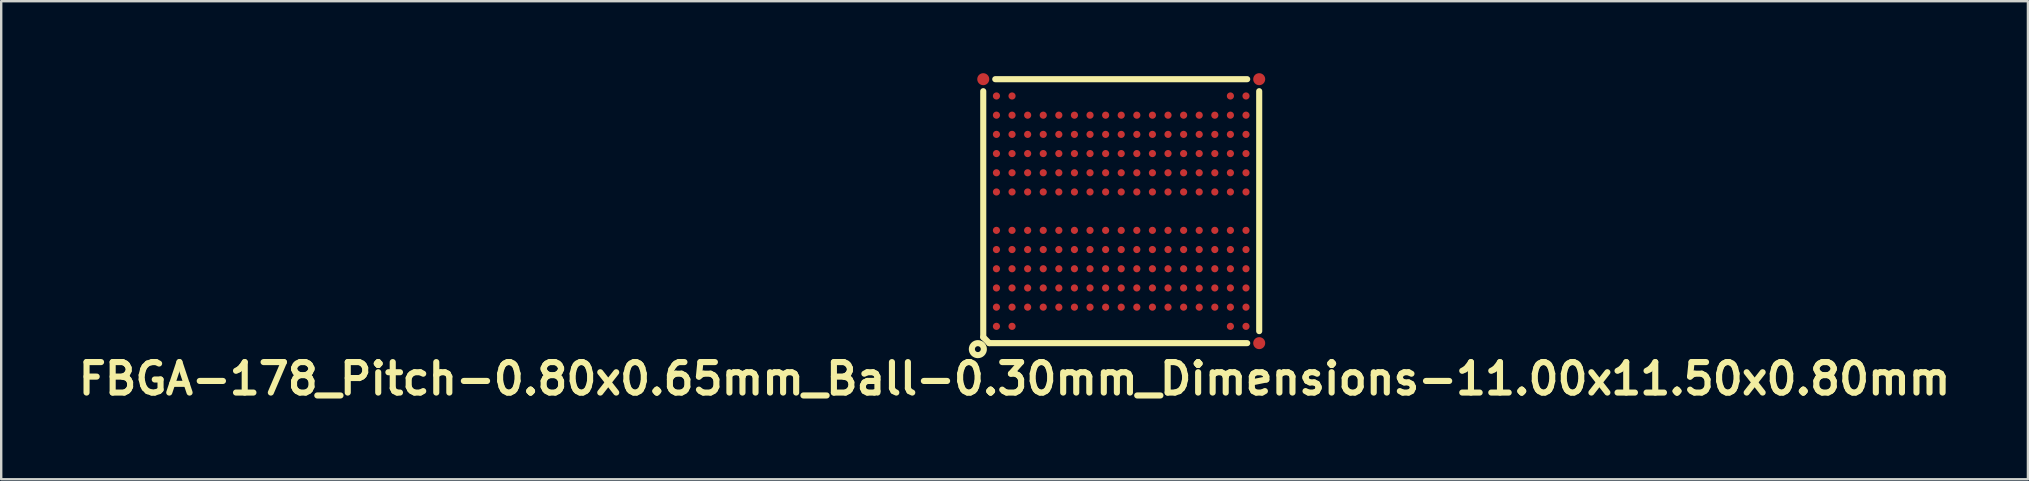
<source format=kicad_pcb>
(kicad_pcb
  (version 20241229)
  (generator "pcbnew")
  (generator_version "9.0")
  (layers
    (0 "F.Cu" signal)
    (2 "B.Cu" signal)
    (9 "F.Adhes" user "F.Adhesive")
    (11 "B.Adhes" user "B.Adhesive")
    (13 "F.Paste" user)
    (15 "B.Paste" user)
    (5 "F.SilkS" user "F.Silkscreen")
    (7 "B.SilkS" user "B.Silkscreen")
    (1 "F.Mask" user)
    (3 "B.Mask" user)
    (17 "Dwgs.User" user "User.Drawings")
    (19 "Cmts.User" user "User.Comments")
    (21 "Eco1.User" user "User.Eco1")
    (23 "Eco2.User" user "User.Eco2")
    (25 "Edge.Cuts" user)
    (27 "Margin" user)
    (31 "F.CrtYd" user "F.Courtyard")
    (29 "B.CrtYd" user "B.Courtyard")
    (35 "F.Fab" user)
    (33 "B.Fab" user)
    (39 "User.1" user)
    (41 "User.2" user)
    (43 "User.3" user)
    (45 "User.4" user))
  (footprint "FBGA-178_Pitch-0.80x0.65mm_Ball-0.30mm_Dimensions-11.00x11.50x0.80mm"
    (layer "F.Cu")
    (at 43.676 5.75)
    (property "Reference" "FBGA-178_Pitch-0.80x0.65mm_Ball-0.30mm_Dimensions-11.00x11.50x0.80mm" (at -4.445 6.985 0) (layer "F.SilkS") (effects (font (size 1.27 1.27) (thickness 0.254))))
    (attr smd)
    (fp_line (start -5.75 5.25) (end -5.75 -5) (stroke (width 0.254) (type solid)) (layer "F.SilkS"))
    (fp_line (start -5.75 5.25) (end -5.5 5.5) (stroke (width 0.254) (type solid)) (layer "F.SilkS"))
    (fp_line (start -5.5 5.5) (end 5.25 5.5) (stroke (width 0.254) (type solid)) (layer "F.SilkS"))
    (fp_line (start -5.25 -5.5) (end 5.25 -5.5) (stroke (width 0.254) (type solid)) (layer "F.SilkS"))
    (fp_line (start 5.75 -5) (end 5.75 5) (stroke (width 0.254) (type solid)) (layer "F.SilkS"))
    (fp_circle (center -5.975 5.75) (end -5.975 6) (stroke (width 0.254) (type solid)) (fill no) (layer "F.SilkS"))
    (pad "" smd rect (at -5.2 -4.8) (size 0.33 0.33) (layers "F.Paste"))
    (pad "" smd rect (at -5.2 -4) (size 0.33 0.33) (layers "F.Paste"))
    (pad "" smd rect (at -5.2 -3.2) (size 0.33 0.33) (layers "F.Paste"))
    (pad "" smd rect (at -5.2 -2.4) (size 0.33 0.33) (layers "F.Paste"))
    (pad "" smd rect (at -5.2 -1.6) (size 0.33 0.33) (layers "F.Paste"))
    (pad "" smd rect (at -5.2 -0.8) (size 0.33 0.33) (layers "F.Paste"))
    (pad "" smd rect (at -5.2 0.8) (size 0.33 0.33) (layers "F.Paste"))
    (pad "" smd rect (at -5.2 1.6) (size 0.33 0.33) (layers "F.Paste"))
    (pad "" smd rect (at -5.2 2.4) (size 0.33 0.33) (layers "F.Paste"))
    (pad "" smd rect (at -5.2 3.2) (size 0.33 0.33) (layers "F.Paste"))
    (pad "" smd rect (at -5.2 4) (size 0.33 0.33) (layers "F.Paste"))
    (pad "" smd rect (at -5.2 4.8) (size 0.33 0.33) (layers "F.Paste"))
    (pad "" smd rect (at -4.55 -4.8) (size 0.33 0.33) (layers "F.Paste"))
    (pad "" smd rect (at -4.55 -4) (size 0.33 0.33) (layers "F.Paste"))
    (pad "" smd rect (at -4.55 -3.2) (size 0.33 0.33) (layers "F.Paste"))
    (pad "" smd rect (at -4.55 -2.4) (size 0.33 0.33) (layers "F.Paste"))
    (pad "" smd rect (at -4.55 -1.6) (size 0.33 0.33) (layers "F.Paste"))
    (pad "" smd rect (at -4.55 -0.8) (size 0.33 0.33) (layers "F.Paste"))
    (pad "" smd rect (at -4.55 0.8) (size 0.33 0.33) (layers "F.Paste"))
    (pad "" smd rect (at -4.55 1.6) (size 0.33 0.33) (layers "F.Paste"))
    (pad "" smd rect (at -4.55 2.4) (size 0.33 0.33) (layers "F.Paste"))
    (pad "" smd rect (at -4.55 3.2) (size 0.33 0.33) (layers "F.Paste"))
    (pad "" smd rect (at -4.55 4) (size 0.33 0.33) (layers "F.Paste"))
    (pad "" smd rect (at -4.55 4.8) (size 0.33 0.33) (layers "F.Paste"))
    (pad "" smd rect (at -3.9 -4) (size 0.33 0.33) (layers "F.Paste"))
    (pad "" smd rect (at -3.9 -3.2) (size 0.33 0.33) (layers "F.Paste"))
    (pad "" smd rect (at -3.9 -2.4) (size 0.33 0.33) (layers "F.Paste"))
    (pad "" smd rect (at -3.9 -1.6) (size 0.33 0.33) (layers "F.Paste"))
    (pad "" smd rect (at -3.9 -0.8) (size 0.33 0.33) (layers "F.Paste"))
    (pad "" smd rect (at -3.9 0.8) (size 0.33 0.33) (layers "F.Paste"))
    (pad "" smd rect (at -3.9 1.6) (size 0.33 0.33) (layers "F.Paste"))
    (pad "" smd rect (at -3.9 2.4) (size 0.33 0.33) (layers "F.Paste"))
    (pad "" smd rect (at -3.9 3.2) (size 0.33 0.33) (layers "F.Paste"))
    (pad "" smd rect (at -3.9 4) (size 0.33 0.33) (layers "F.Paste"))
    (pad "" smd rect (at -3.25 -4) (size 0.33 0.33) (layers "F.Paste"))
    (pad "" smd rect (at -3.25 -3.2) (size 0.33 0.33) (layers "F.Paste"))
    (pad "" smd rect (at -3.25 -2.4) (size 0.33 0.33) (layers "F.Paste"))
    (pad "" smd rect (at -3.25 -1.6) (size 0.33 0.33) (layers "F.Paste"))
    (pad "" smd rect (at -3.25 -0.8) (size 0.33 0.33) (layers "F.Paste"))
    (pad "" smd rect (at -3.25 0.8) (size 0.33 0.33) (layers "F.Paste"))
    (pad "" smd rect (at -3.25 1.6) (size 0.33 0.33) (layers "F.Paste"))
    (pad "" smd rect (at -3.25 2.4) (size 0.33 0.33) (layers "F.Paste"))
    (pad "" smd rect (at -3.25 3.2) (size 0.33 0.33) (layers "F.Paste"))
    (pad "" smd rect (at -3.25 4) (size 0.33 0.33) (layers "F.Paste"))
    (pad "" smd rect (at -2.6 -4) (size 0.33 0.33) (layers "F.Paste"))
    (pad "" smd rect (at -2.6 -3.2) (size 0.33 0.33) (layers "F.Paste"))
    (pad "" smd rect (at -2.6 -2.4) (size 0.33 0.33) (layers "F.Paste"))
    (pad "" smd rect (at -2.6 -1.6) (size 0.33 0.33) (layers "F.Paste"))
    (pad "" smd rect (at -2.6 -0.8) (size 0.33 0.33) (layers "F.Paste"))
    (pad "" smd rect (at -2.6 0.8) (size 0.33 0.33) (layers "F.Paste"))
    (pad "" smd rect (at -2.6 1.6) (size 0.33 0.33) (layers "F.Paste"))
    (pad "" smd rect (at -2.6 2.4) (size 0.33 0.33) (layers "F.Paste"))
    (pad "" smd rect (at -2.6 3.2) (size 0.33 0.33) (layers "F.Paste"))
    (pad "" smd rect (at -2.6 4) (size 0.33 0.33) (layers "F.Paste"))
    (pad "" smd rect (at -1.95 -4) (size 0.33 0.33) (layers "F.Paste"))
    (pad "" smd rect (at -1.95 -3.2) (size 0.33 0.33) (layers "F.Paste"))
    (pad "" smd rect (at -1.95 -2.4) (size 0.33 0.33) (layers "F.Paste"))
    (pad "" smd rect (at -1.95 -1.6) (size 0.33 0.33) (layers "F.Paste"))
    (pad "" smd rect (at -1.95 -0.8) (size 0.33 0.33) (layers "F.Paste"))
    (pad "" smd rect (at -1.95 0.8) (size 0.33 0.33) (layers "F.Paste"))
    (pad "" smd rect (at -1.95 1.6) (size 0.33 0.33) (layers "F.Paste"))
    (pad "" smd rect (at -1.95 2.4) (size 0.33 0.33) (layers "F.Paste"))
    (pad "" smd rect (at -1.95 3.2) (size 0.33 0.33) (layers "F.Paste"))
    (pad "" smd rect (at -1.95 4) (size 0.33 0.33) (layers "F.Paste"))
    (pad "" smd rect (at -1.3 -4) (size 0.33 0.33) (layers "F.Paste"))
    (pad "" smd rect (at -1.3 -3.2) (size 0.33 0.33) (layers "F.Paste"))
    (pad "" smd rect (at -1.3 -2.4) (size 0.33 0.33) (layers "F.Paste"))
    (pad "" smd rect (at -1.3 -1.6) (size 0.33 0.33) (layers "F.Paste"))
    (pad "" smd rect (at -1.3 -0.8) (size 0.33 0.33) (layers "F.Paste"))
    (pad "" smd rect (at -1.3 0.8) (size 0.33 0.33) (layers "F.Paste"))
    (pad "" smd rect (at -1.3 1.6) (size 0.33 0.33) (layers "F.Paste"))
    (pad "" smd rect (at -1.3 2.4) (size 0.33 0.33) (layers "F.Paste"))
    (pad "" smd rect (at -1.3 3.2) (size 0.33 0.33) (layers "F.Paste"))
    (pad "" smd rect (at -1.3 4) (size 0.33 0.33) (layers "F.Paste"))
    (pad "" smd rect (at -0.65 -4) (size 0.33 0.33) (layers "F.Paste"))
    (pad "" smd rect (at -0.65 -3.2) (size 0.33 0.33) (layers "F.Paste"))
    (pad "" smd rect (at -0.65 -2.4) (size 0.33 0.33) (layers "F.Paste"))
    (pad "" smd rect (at -0.65 -1.6) (size 0.33 0.33) (layers "F.Paste"))
    (pad "" smd rect (at -0.65 -0.8) (size 0.33 0.33) (layers "F.Paste"))
    (pad "" smd rect (at -0.65 0.8) (size 0.33 0.33) (layers "F.Paste"))
    (pad "" smd rect (at -0.65 1.6) (size 0.33 0.33) (layers "F.Paste"))
    (pad "" smd rect (at -0.65 2.4) (size 0.33 0.33) (layers "F.Paste"))
    (pad "" smd rect (at -0.65 3.2) (size 0.33 0.33) (layers "F.Paste"))
    (pad "" smd rect (at -0.65 4) (size 0.33 0.33) (layers "F.Paste"))
    (pad "" smd rect (at 0 -4) (size 0.33 0.33) (layers "F.Paste"))
    (pad "" smd rect (at 0 -3.2) (size 0.33 0.33) (layers "F.Paste"))
    (pad "" smd rect (at 0 -2.4) (size 0.33 0.33) (layers "F.Paste"))
    (pad "" smd rect (at 0 -1.6) (size 0.33 0.33) (layers "F.Paste"))
    (pad "" smd rect (at 0 -0.8) (size 0.33 0.33) (layers "F.Paste"))
    (pad "" smd rect (at 0 0.8) (size 0.33 0.33) (layers "F.Paste"))
    (pad "" smd rect (at 0 1.6) (size 0.33 0.33) (layers "F.Paste"))
    (pad "" smd rect (at 0 2.4) (size 0.33 0.33) (layers "F.Paste"))
    (pad "" smd rect (at 0 3.2) (size 0.33 0.33) (layers "F.Paste"))
    (pad "" smd rect (at 0 4) (size 0.33 0.33) (layers "F.Paste"))
    (pad "" smd rect (at 0.65 -4) (size 0.33 0.33) (layers "F.Paste"))
    (pad "" smd rect (at 0.65 -3.2) (size 0.33 0.33) (layers "F.Paste"))
    (pad "" smd rect (at 0.65 -2.4) (size 0.33 0.33) (layers "F.Paste"))
    (pad "" smd rect (at 0.65 -1.6) (size 0.33 0.33) (layers "F.Paste"))
    (pad "" smd rect (at 0.65 -0.8) (size 0.33 0.33) (layers "F.Paste"))
    (pad "" smd rect (at 0.65 0.8) (size 0.33 0.33) (layers "F.Paste"))
    (pad "" smd rect (at 0.65 1.6) (size 0.33 0.33) (layers "F.Paste"))
    (pad "" smd rect (at 0.65 2.4) (size 0.33 0.33) (layers "F.Paste"))
    (pad "" smd rect (at 0.65 3.2) (size 0.33 0.33) (layers "F.Paste"))
    (pad "" smd rect (at 0.65 4) (size 0.33 0.33) (layers "F.Paste"))
    (pad "" smd rect (at 1.3 -4) (size 0.33 0.33) (layers "F.Paste"))
    (pad "" smd rect (at 1.3 -3.2) (size 0.33 0.33) (layers "F.Paste"))
    (pad "" smd rect (at 1.3 -2.4) (size 0.33 0.33) (layers "F.Paste"))
    (pad "" smd rect (at 1.3 -1.6) (size 0.33 0.33) (layers "F.Paste"))
    (pad "" smd rect (at 1.3 -0.8) (size 0.33 0.33) (layers "F.Paste"))
    (pad "" smd rect (at 1.3 0.8) (size 0.33 0.33) (layers "F.Paste"))
    (pad "" smd rect (at 1.3 1.6) (size 0.33 0.33) (layers "F.Paste"))
    (pad "" smd rect (at 1.3 2.4) (size 0.33 0.33) (layers "F.Paste"))
    (pad "" smd rect (at 1.3 3.2) (size 0.33 0.33) (layers "F.Paste"))
    (pad "" smd rect (at 1.3 4) (size 0.33 0.33) (layers "F.Paste"))
    (pad "" smd rect (at 1.95 -4) (size 0.33 0.33) (layers "F.Paste"))
    (pad "" smd rect (at 1.95 -3.2) (size 0.33 0.33) (layers "F.Paste"))
    (pad "" smd rect (at 1.95 -2.4) (size 0.33 0.33) (layers "F.Paste"))
    (pad "" smd rect (at 1.95 -1.6) (size 0.33 0.33) (layers "F.Paste"))
    (pad "" smd rect (at 1.95 -0.8) (size 0.33 0.33) (layers "F.Paste"))
    (pad "" smd rect (at 1.95 0.8) (size 0.33 0.33) (layers "F.Paste"))
    (pad "" smd rect (at 1.95 1.6) (size 0.33 0.33) (layers "F.Paste"))
    (pad "" smd rect (at 1.95 2.4) (size 0.33 0.33) (layers "F.Paste"))
    (pad "" smd rect (at 1.95 3.2) (size 0.33 0.33) (layers "F.Paste"))
    (pad "" smd rect (at 1.95 4) (size 0.33 0.33) (layers "F.Paste"))
    (pad "" smd rect (at 2.6 -4) (size 0.33 0.33) (layers "F.Paste"))
    (pad "" smd rect (at 2.6 -3.2) (size 0.33 0.33) (layers "F.Paste"))
    (pad "" smd rect (at 2.6 -2.4) (size 0.33 0.33) (layers "F.Paste"))
    (pad "" smd rect (at 2.6 -1.6) (size 0.33 0.33) (layers "F.Paste"))
    (pad "" smd rect (at 2.6 -0.8) (size 0.33 0.33) (layers "F.Paste"))
    (pad "" smd rect (at 2.6 0.8) (size 0.33 0.33) (layers "F.Paste"))
    (pad "" smd rect (at 2.6 1.6) (size 0.33 0.33) (layers "F.Paste"))
    (pad "" smd rect (at 2.6 2.4) (size 0.33 0.33) (layers "F.Paste"))
    (pad "" smd rect (at 2.6 3.2) (size 0.33 0.33) (layers "F.Paste"))
    (pad "" smd rect (at 2.6 4) (size 0.33 0.33) (layers "F.Paste"))
    (pad "" smd rect (at 3.25 -4) (size 0.33 0.33) (layers "F.Paste"))
    (pad "" smd rect (at 3.25 -3.2) (size 0.33 0.33) (layers "F.Paste"))
    (pad "" smd rect (at 3.25 -2.4) (size 0.33 0.33) (layers "F.Paste"))
    (pad "" smd rect (at 3.25 -1.6) (size 0.33 0.33) (layers "F.Paste"))
    (pad "" smd rect (at 3.25 -0.8) (size 0.33 0.33) (layers "F.Paste"))
    (pad "" smd rect (at 3.25 0.8) (size 0.33 0.33) (layers "F.Paste"))
    (pad "" smd rect (at 3.25 1.6) (size 0.33 0.33) (layers "F.Paste"))
    (pad "" smd rect (at 3.25 2.4) (size 0.33 0.33) (layers "F.Paste"))
    (pad "" smd rect (at 3.25 3.2) (size 0.33 0.33) (layers "F.Paste"))
    (pad "" smd rect (at 3.25 4) (size 0.33 0.33) (layers "F.Paste"))
    (pad "" smd rect (at 3.9 -4) (size 0.33 0.33) (layers "F.Paste"))
    (pad "" smd rect (at 3.9 -3.2) (size 0.33 0.33) (layers "F.Paste"))
    (pad "" smd rect (at 3.9 -2.4) (size 0.33 0.33) (layers "F.Paste"))
    (pad "" smd rect (at 3.9 -1.6) (size 0.33 0.33) (layers "F.Paste"))
    (pad "" smd rect (at 3.9 -0.8) (size 0.33 0.33) (layers "F.Paste"))
    (pad "" smd rect (at 3.9 0.8) (size 0.33 0.33) (layers "F.Paste"))
    (pad "" smd rect (at 3.9 1.6) (size 0.33 0.33) (layers "F.Paste"))
    (pad "" smd rect (at 3.9 2.4) (size 0.33 0.33) (layers "F.Paste"))
    (pad "" smd rect (at 3.9 3.2) (size 0.33 0.33) (layers "F.Paste"))
    (pad "" smd rect (at 3.9 4) (size 0.33 0.33) (layers "F.Paste"))
    (pad "" smd rect (at 4.55 -4.8) (size 0.33 0.33) (layers "F.Paste"))
    (pad "" smd rect (at 4.55 -4) (size 0.33 0.33) (layers "F.Paste"))
    (pad "" smd rect (at 4.55 -3.2) (size 0.33 0.33) (layers "F.Paste"))
    (pad "" smd rect (at 4.55 -2.4) (size 0.33 0.33) (layers "F.Paste"))
    (pad "" smd rect (at 4.55 -1.6) (size 0.33 0.33) (layers "F.Paste"))
    (pad "" smd rect (at 4.55 -0.8) (size 0.33 0.33) (layers "F.Paste"))
    (pad "" smd rect (at 4.55 0.8) (size 0.33 0.33) (layers "F.Paste"))
    (pad "" smd rect (at 4.55 1.6) (size 0.33 0.33) (layers "F.Paste"))
    (pad "" smd rect (at 4.55 2.4) (size 0.33 0.33) (layers "F.Paste"))
    (pad "" smd rect (at 4.55 3.2) (size 0.33 0.33) (layers "F.Paste"))
    (pad "" smd rect (at 4.55 4) (size 0.33 0.33) (layers "F.Paste"))
    (pad "" smd rect (at 4.55 4.8) (size 0.33 0.33) (layers "F.Paste"))
    (pad "" smd rect (at 5.2 -4.8) (size 0.33 0.33) (layers "F.Paste"))
    (pad "" smd rect (at 5.2 -4) (size 0.33 0.33) (layers "F.Paste"))
    (pad "" smd rect (at 5.2 -3.2) (size 0.33 0.33) (layers "F.Paste"))
    (pad "" smd rect (at 5.2 -2.4) (size 0.33 0.33) (layers "F.Paste"))
    (pad "" smd rect (at 5.2 -1.6) (size 0.33 0.33) (layers "F.Paste"))
    (pad "" smd rect (at 5.2 -0.8) (size 0.33 0.33) (layers "F.Paste"))
    (pad "" smd rect (at 5.2 0.8) (size 0.33 0.33) (layers "F.Paste"))
    (pad "" smd rect (at 5.2 1.6) (size 0.33 0.33) (layers "F.Paste"))
    (pad "" smd rect (at 5.2 2.4) (size 0.33 0.33) (layers "F.Paste"))
    (pad "" smd rect (at 5.2 3.2) (size 0.33 0.33) (layers "F.Paste"))
    (pad "" smd rect (at 5.2 4) (size 0.33 0.33) (layers "F.Paste"))
    (pad "" smd rect (at 5.2 4.8) (size 0.33 0.33) (layers "F.Paste"))
    (pad "A1" smd circle (at -5.2 4.8 90) (size 0.3 0.3) (layers "F.Cu" "F.Mask"))
    (pad "A2" smd circle (at -5.2 4 90) (size 0.3 0.3) (layers "F.Cu" "F.Mask"))
    (pad "A3" smd circle (at -5.2 3.2 90) (size 0.3 0.3) (layers "F.Cu" "F.Mask"))
    (pad "A4" smd circle (at -5.2 2.4 90) (size 0.3 0.3) (layers "F.Cu" "F.Mask"))
    (pad "A5" smd circle (at -5.2 1.6 90) (size 0.3 0.3) (layers "F.Cu" "F.Mask"))
    (pad "A6" smd circle (at -5.2 0.8 90) (size 0.3 0.3) (layers "F.Cu" "F.Mask"))
    (pad "A8" smd circle (at -5.2 -0.8 90) (size 0.3 0.3) (layers "F.Cu" "F.Mask"))
    (pad "A9" smd circle (at -5.2 -1.6 90) (size 0.3 0.3) (layers "F.Cu" "F.Mask"))
    (pad "A10" smd circle (at -5.2 -2.4 90) (size 0.3 0.3) (layers "F.Cu" "F.Mask"))
    (pad "A11" smd circle (at -5.2 -3.2 90) (size 0.3 0.3) (layers "F.Cu" "F.Mask"))
    (pad "A12" smd circle (at -5.2 -4 90) (size 0.3 0.3) (layers "F.Cu" "F.Mask"))
    (pad "A13" smd circle (at -5.2 -4.8 90) (size 0.3 0.3) (layers "F.Cu" "F.Mask"))
    (pad "B1" smd circle (at -4.55 4.8 90) (size 0.3 0.3) (layers "F.Cu" "F.Mask"))
    (pad "B2" smd circle (at -4.55 4 90) (size 0.3 0.3) (layers "F.Cu" "F.Mask"))
    (pad "B3" smd circle (at -4.55 3.2 90) (size 0.3 0.3) (layers "F.Cu" "F.Mask"))
    (pad "B4" smd circle (at -4.55 2.4 90) (size 0.3 0.3) (layers "F.Cu" "F.Mask"))
    (pad "B5" smd circle (at -4.55 1.6 90) (size 0.3 0.3) (layers "F.Cu" "F.Mask"))
    (pad "B6" smd circle (at -4.55 0.8 90) (size 0.3 0.3) (layers "F.Cu" "F.Mask"))
    (pad "B8" smd circle (at -4.55 -0.8 90) (size 0.3 0.3) (layers "F.Cu" "F.Mask"))
    (pad "B9" smd circle (at -4.55 -1.6 90) (size 0.3 0.3) (layers "F.Cu" "F.Mask"))
    (pad "B10" smd circle (at -4.55 -2.4 90) (size 0.3 0.3) (layers "F.Cu" "F.Mask"))
    (pad "B11" smd circle (at -4.55 -3.2 90) (size 0.3 0.3) (layers "F.Cu" "F.Mask"))
    (pad "B12" smd circle (at -4.55 -4 90) (size 0.3 0.3) (layers "F.Cu" "F.Mask"))
    (pad "B13" smd circle (at -4.55 -4.8 90) (size 0.3 0.3) (layers "F.Cu" "F.Mask"))
    (pad "C2" smd circle (at -3.9 4 90) (size 0.3 0.3) (layers "F.Cu" "F.Mask"))
    (pad "C3" smd circle (at -3.9 3.2 90) (size 0.3 0.3) (layers "F.Cu" "F.Mask"))
    (pad "C4" smd circle (at -3.9 2.4 90) (size 0.3 0.3) (layers "F.Cu" "F.Mask"))
    (pad "C5" smd circle (at -3.9 1.6 90) (size 0.3 0.3) (layers "F.Cu" "F.Mask"))
    (pad "C6" smd circle (at -3.9 0.8 90) (size 0.3 0.3) (layers "F.Cu" "F.Mask"))
    (pad "C8" smd circle (at -3.9 -0.8 90) (size 0.3 0.3) (layers "F.Cu" "F.Mask"))
    (pad "C9" smd circle (at -3.9 -1.6 90) (size 0.3 0.3) (layers "F.Cu" "F.Mask"))
    (pad "C10" smd circle (at -3.9 -2.4 90) (size 0.3 0.3) (layers "F.Cu" "F.Mask"))
    (pad "C11" smd circle (at -3.9 -3.2 90) (size 0.3 0.3) (layers "F.Cu" "F.Mask"))
    (pad "C12" smd circle (at -3.9 -4 90) (size 0.3 0.3) (layers "F.Cu" "F.Mask"))
    (pad "D2" smd circle (at -3.25 4 90) (size 0.3 0.3) (layers "F.Cu" "F.Mask"))
    (pad "D3" smd circle (at -3.25 3.2 90) (size 0.3 0.3) (layers "F.Cu" "F.Mask"))
    (pad "D4" smd circle (at -3.25 2.4 90) (size 0.3 0.3) (layers "F.Cu" "F.Mask"))
    (pad "D5" smd circle (at -3.25 1.6 90) (size 0.3 0.3) (layers "F.Cu" "F.Mask"))
    (pad "D6" smd circle (at -3.25 0.8 90) (size 0.3 0.3) (layers "F.Cu" "F.Mask"))
    (pad "D8" smd circle (at -3.25 -0.8 90) (size 0.3 0.3) (layers "F.Cu" "F.Mask"))
    (pad "D9" smd circle (at -3.25 -1.6 90) (size 0.3 0.3) (layers "F.Cu" "F.Mask"))
    (pad "D10" smd circle (at -3.25 -2.4 90) (size 0.3 0.3) (layers "F.Cu" "F.Mask"))
    (pad "D11" smd circle (at -3.25 -3.2 90) (size 0.3 0.3) (layers "F.Cu" "F.Mask"))
    (pad "D12" smd circle (at -3.25 -4 90) (size 0.3 0.3) (layers "F.Cu" "F.Mask"))
    (pad "E2" smd circle (at -2.6 4 90) (size 0.3 0.3) (layers "F.Cu" "F.Mask"))
    (pad "E3" smd circle (at -2.6 3.2 90) (size 0.3 0.3) (layers "F.Cu" "F.Mask"))
    (pad "E4" smd circle (at -2.6 2.4 90) (size 0.3 0.3) (layers "F.Cu" "F.Mask"))
    (pad "E5" smd circle (at -2.6 1.6 90) (size 0.3 0.3) (layers "F.Cu" "F.Mask"))
    (pad "E6" smd circle (at -2.6 0.8 90) (size 0.3 0.3) (layers "F.Cu" "F.Mask"))
    (pad "E8" smd circle (at -2.6 -0.8 90) (size 0.3 0.3) (layers "F.Cu" "F.Mask"))
    (pad "E9" smd circle (at -2.6 -1.6 90) (size 0.3 0.3) (layers "F.Cu" "F.Mask"))
    (pad "E10" smd circle (at -2.6 -2.4 90) (size 0.3 0.3) (layers "F.Cu" "F.Mask"))
    (pad "E11" smd circle (at -2.6 -3.2 90) (size 0.3 0.3) (layers "F.Cu" "F.Mask"))
    (pad "E12" smd circle (at -2.6 -4 90) (size 0.3 0.3) (layers "F.Cu" "F.Mask"))
    (pad "F2" smd circle (at -1.95 4 90) (size 0.3 0.3) (layers "F.Cu" "F.Mask"))
    (pad "F3" smd circle (at -1.95 3.2 90) (size 0.3 0.3) (layers "F.Cu" "F.Mask"))
    (pad "F4" smd circle (at -1.95 2.4 90) (size 0.3 0.3) (layers "F.Cu" "F.Mask"))
    (pad "F5" smd circle (at -1.95 1.6 90) (size 0.3 0.3) (layers "F.Cu" "F.Mask"))
    (pad "F6" smd circle (at -1.95 0.8 90) (size 0.3 0.3) (layers "F.Cu" "F.Mask"))
    (pad "F8" smd circle (at -1.95 -0.8 90) (size 0.3 0.3) (layers "F.Cu" "F.Mask"))
    (pad "F9" smd circle (at -1.95 -1.6 90) (size 0.3 0.3) (layers "F.Cu" "F.Mask"))
    (pad "F10" smd circle (at -1.95 -2.4 90) (size 0.3 0.3) (layers "F.Cu" "F.Mask"))
    (pad "F11" smd circle (at -1.95 -3.2 90) (size 0.3 0.3) (layers "F.Cu" "F.Mask"))
    (pad "F12" smd circle (at -1.95 -4 90) (size 0.3 0.3) (layers "F.Cu" "F.Mask"))
    (pad "FID1" smd circle (at -5.75 -5.5 90) (size 0.5 0.5) (layers "F.Cu" "F.Mask"))
    (pad "FID2" smd circle (at 5.75 -5.5 90) (size 0.5 0.5) (layers "F.Cu" "F.Mask"))
    (pad "FID3" smd circle (at 5.75 5.5 90) (size 0.5 0.5) (layers "F.Cu" "F.Mask"))
    (pad "G2" smd circle (at -1.3 4 90) (size 0.3 0.3) (layers "F.Cu" "F.Mask"))
    (pad "G3" smd circle (at -1.3 3.2 90) (size 0.3 0.3) (layers "F.Cu" "F.Mask"))
    (pad "G4" smd circle (at -1.3 2.4 90) (size 0.3 0.3) (layers "F.Cu" "F.Mask"))
    (pad "G5" smd circle (at -1.3 1.6 90) (size 0.3 0.3) (layers "F.Cu" "F.Mask"))
    (pad "G6" smd circle (at -1.3 0.8 90) (size 0.3 0.3) (layers "F.Cu" "F.Mask"))
    (pad "G8" smd circle (at -1.3 -0.8 90) (size 0.3 0.3) (layers "F.Cu" "F.Mask"))
    (pad "G9" smd circle (at -1.3 -1.6 90) (size 0.3 0.3) (layers "F.Cu" "F.Mask"))
    (pad "G10" smd circle (at -1.3 -2.4 90) (size 0.3 0.3) (layers "F.Cu" "F.Mask"))
    (pad "G11" smd circle (at -1.3 -3.2 90) (size 0.3 0.3) (layers "F.Cu" "F.Mask"))
    (pad "G12" smd circle (at -1.3 -4 90) (size 0.3 0.3) (layers "F.Cu" "F.Mask"))
    (pad "H2" smd circle (at -0.65 4 90) (size 0.3 0.3) (layers "F.Cu" "F.Mask"))
    (pad "H3" smd circle (at -0.65 3.2 90) (size 0.3 0.3) (layers "F.Cu" "F.Mask"))
    (pad "H4" smd circle (at -0.65 2.4 90) (size 0.3 0.3) (layers "F.Cu" "F.Mask"))
    (pad "H5" smd circle (at -0.65 1.6 90) (size 0.3 0.3) (layers "F.Cu" "F.Mask"))
    (pad "H6" smd circle (at -0.65 0.8 90) (size 0.3 0.3) (layers "F.Cu" "F.Mask"))
    (pad "H8" smd circle (at -0.65 -0.8 90) (size 0.3 0.3) (layers "F.Cu" "F.Mask"))
    (pad "H9" smd circle (at -0.65 -1.6 90) (size 0.3 0.3) (layers "F.Cu" "F.Mask"))
    (pad "H10" smd circle (at -0.65 -2.4 90) (size 0.3 0.3) (layers "F.Cu" "F.Mask"))
    (pad "H11" smd circle (at -0.65 -3.2 90) (size 0.3 0.3) (layers "F.Cu" "F.Mask"))
    (pad "H12" smd circle (at -0.65 -4 90) (size 0.3 0.3) (layers "F.Cu" "F.Mask"))
    (pad "J2" smd circle (at 0 4 90) (size 0.3 0.3) (layers "F.Cu" "F.Mask"))
    (pad "J3" smd circle (at 0 3.2 90) (size 0.3 0.3) (layers "F.Cu" "F.Mask"))
    (pad "J4" smd circle (at 0 2.4 90) (size 0.3 0.3) (layers "F.Cu" "F.Mask"))
    (pad "J5" smd circle (at 0 1.6 90) (size 0.3 0.3) (layers "F.Cu" "F.Mask"))
    (pad "J6" smd circle (at 0 0.8 90) (size 0.3 0.3) (layers "F.Cu" "F.Mask"))
    (pad "J8" smd circle (at 0 -0.8 90) (size 0.3 0.3) (layers "F.Cu" "F.Mask"))
    (pad "J9" smd circle (at 0 -1.6 90) (size 0.3 0.3) (layers "F.Cu" "F.Mask"))
    (pad "J10" smd circle (at 0 -2.4 90) (size 0.3 0.3) (layers "F.Cu" "F.Mask"))
    (pad "J11" smd circle (at 0 -3.2 90) (size 0.3 0.3) (layers "F.Cu" "F.Mask"))
    (pad "J12" smd circle (at 0 -4 90) (size 0.3 0.3) (layers "F.Cu" "F.Mask"))
    (pad "K2" smd circle (at 0.65 4 90) (size 0.3 0.3) (layers "F.Cu" "F.Mask"))
    (pad "K3" smd circle (at 0.65 3.2 90) (size 0.3 0.3) (layers "F.Cu" "F.Mask"))
    (pad "K4" smd circle (at 0.65 2.4 90) (size 0.3 0.3) (layers "F.Cu" "F.Mask"))
    (pad "K5" smd circle (at 0.65 1.6 90) (size 0.3 0.3) (layers "F.Cu" "F.Mask"))
    (pad "K6" smd circle (at 0.65 0.8 90) (size 0.3 0.3) (layers "F.Cu" "F.Mask"))
    (pad "K8" smd circle (at 0.65 -0.8 90) (size 0.3 0.3) (layers "F.Cu" "F.Mask"))
    (pad "K9" smd circle (at 0.65 -1.6 90) (size 0.3 0.3) (layers "F.Cu" "F.Mask"))
    (pad "K10" smd circle (at 0.65 -2.4 90) (size 0.3 0.3) (layers "F.Cu" "F.Mask"))
    (pad "K11" smd circle (at 0.65 -3.2 90) (size 0.3 0.3) (layers "F.Cu" "F.Mask"))
    (pad "K12" smd circle (at 0.65 -4 90) (size 0.3 0.3) (layers "F.Cu" "F.Mask"))
    (pad "L2" smd circle (at 1.3 4 90) (size 0.3 0.3) (layers "F.Cu" "F.Mask"))
    (pad "L3" smd circle (at 1.3 3.2 90) (size 0.3 0.3) (layers "F.Cu" "F.Mask"))
    (pad "L4" smd circle (at 1.3 2.4 90) (size 0.3 0.3) (layers "F.Cu" "F.Mask"))
    (pad "L5" smd circle (at 1.3 1.6 90) (size 0.3 0.3) (layers "F.Cu" "F.Mask"))
    (pad "L6" smd circle (at 1.3 0.8 90) (size 0.3 0.3) (layers "F.Cu" "F.Mask"))
    (pad "L8" smd circle (at 1.3 -0.8 90) (size 0.3 0.3) (layers "F.Cu" "F.Mask"))
    (pad "L9" smd circle (at 1.3 -1.6 90) (size 0.3 0.3) (layers "F.Cu" "F.Mask"))
    (pad "L10" smd circle (at 1.3 -2.4 90) (size 0.3 0.3) (layers "F.Cu" "F.Mask"))
    (pad "L11" smd circle (at 1.3 -3.2 90) (size 0.3 0.3) (layers "F.Cu" "F.Mask"))
    (pad "L12" smd circle (at 1.3 -4 90) (size 0.3 0.3) (layers "F.Cu" "F.Mask"))
    (pad "M2" smd circle (at 1.95 4 90) (size 0.3 0.3) (layers "F.Cu" "F.Mask"))
    (pad "M3" smd circle (at 1.95 3.2 90) (size 0.3 0.3) (layers "F.Cu" "F.Mask"))
    (pad "M4" smd circle (at 1.95 2.4 90) (size 0.3 0.3) (layers "F.Cu" "F.Mask"))
    (pad "M5" smd circle (at 1.95 1.6 90) (size 0.3 0.3) (layers "F.Cu" "F.Mask"))
    (pad "M6" smd circle (at 1.95 0.8 90) (size 0.3 0.3) (layers "F.Cu" "F.Mask"))
    (pad "M8" smd circle (at 1.95 -0.8 90) (size 0.3 0.3) (layers "F.Cu" "F.Mask"))
    (pad "M9" smd circle (at 1.95 -1.6 90) (size 0.3 0.3) (layers "F.Cu" "F.Mask"))
    (pad "M10" smd circle (at 1.95 -2.4 90) (size 0.3 0.3) (layers "F.Cu" "F.Mask"))
    (pad "M11" smd circle (at 1.95 -3.2 90) (size 0.3 0.3) (layers "F.Cu" "F.Mask"))
    (pad "M12" smd circle (at 1.95 -4 90) (size 0.3 0.3) (layers "F.Cu" "F.Mask"))
    (pad "N2" smd circle (at 2.6 4 90) (size 0.3 0.3) (layers "F.Cu" "F.Mask"))
    (pad "N3" smd circle (at 2.6 3.2 90) (size 0.3 0.3) (layers "F.Cu" "F.Mask"))
    (pad "N4" smd circle (at 2.6 2.4 90) (size 0.3 0.3) (layers "F.Cu" "F.Mask"))
    (pad "N5" smd circle (at 2.6 1.6 90) (size 0.3 0.3) (layers "F.Cu" "F.Mask"))
    (pad "N6" smd circle (at 2.6 0.8 90) (size 0.3 0.3) (layers "F.Cu" "F.Mask"))
    (pad "N8" smd circle (at 2.6 -0.8 90) (size 0.3 0.3) (layers "F.Cu" "F.Mask"))
    (pad "N9" smd circle (at 2.6 -1.6 90) (size 0.3 0.3) (layers "F.Cu" "F.Mask"))
    (pad "N10" smd circle (at 2.6 -2.4 90) (size 0.3 0.3) (layers "F.Cu" "F.Mask"))
    (pad "N11" smd circle (at 2.6 -3.2 90) (size 0.3 0.3) (layers "F.Cu" "F.Mask"))
    (pad "N12" smd circle (at 2.6 -4 90) (size 0.3 0.3) (layers "F.Cu" "F.Mask"))
    (pad "P2" smd circle (at 3.25 4 90) (size 0.3 0.3) (layers "F.Cu" "F.Mask"))
    (pad "P3" smd circle (at 3.25 3.2 90) (size 0.3 0.3) (layers "F.Cu" "F.Mask"))
    (pad "P4" smd circle (at 3.25 2.4 90) (size 0.3 0.3) (layers "F.Cu" "F.Mask"))
    (pad "P5" smd circle (at 3.25 1.6 90) (size 0.3 0.3) (layers "F.Cu" "F.Mask"))
    (pad "P6" smd circle (at 3.25 0.8 90) (size 0.3 0.3) (layers "F.Cu" "F.Mask"))
    (pad "P8" smd circle (at 3.25 -0.8 90) (size 0.3 0.3) (layers "F.Cu" "F.Mask"))
    (pad "P9" smd circle (at 3.25 -1.6 90) (size 0.3 0.3) (layers "F.Cu" "F.Mask"))
    (pad "P10" smd circle (at 3.25 -2.4 90) (size 0.3 0.3) (layers "F.Cu" "F.Mask"))
    (pad "P11" smd circle (at 3.25 -3.2 90) (size 0.3 0.3) (layers "F.Cu" "F.Mask"))
    (pad "P12" smd circle (at 3.25 -4 90) (size 0.3 0.3) (layers "F.Cu" "F.Mask"))
    (pad "R2" smd circle (at 3.9 4 90) (size 0.3 0.3) (layers "F.Cu" "F.Mask"))
    (pad "R3" smd circle (at 3.9 3.2 90) (size 0.3 0.3) (layers "F.Cu" "F.Mask"))
    (pad "R4" smd circle (at 3.9 2.4 90) (size 0.3 0.3) (layers "F.Cu" "F.Mask"))
    (pad "R5" smd circle (at 3.9 1.6 90) (size 0.3 0.3) (layers "F.Cu" "F.Mask"))
    (pad "R6" smd circle (at 3.9 0.8 90) (size 0.3 0.3) (layers "F.Cu" "F.Mask"))
    (pad "R8" smd circle (at 3.9 -0.8 90) (size 0.3 0.3) (layers "F.Cu" "F.Mask"))
    (pad "R9" smd circle (at 3.9 -1.6 90) (size 0.3 0.3) (layers "F.Cu" "F.Mask"))
    (pad "R10" smd circle (at 3.9 -2.4 90) (size 0.3 0.3) (layers "F.Cu" "F.Mask"))
    (pad "R11" smd circle (at 3.9 -3.2 90) (size 0.3 0.3) (layers "F.Cu" "F.Mask"))
    (pad "R12" smd circle (at 3.9 -4 90) (size 0.3 0.3) (layers "F.Cu" "F.Mask"))
    (pad "T1" smd circle (at 4.55 4.8 90) (size 0.3 0.3) (layers "F.Cu" "F.Mask"))
    (pad "T2" smd circle (at 4.55 4 90) (size 0.3 0.3) (layers "F.Cu" "F.Mask"))
    (pad "T3" smd circle (at 4.55 3.2 90) (size 0.3 0.3) (layers "F.Cu" "F.Mask"))
    (pad "T4" smd circle (at 4.55 2.4 90) (size 0.3 0.3) (layers "F.Cu" "F.Mask"))
    (pad "T5" smd circle (at 4.55 1.6 90) (size 0.3 0.3) (layers "F.Cu" "F.Mask"))
    (pad "T6" smd circle (at 4.55 0.8 90) (size 0.3 0.3) (layers "F.Cu" "F.Mask"))
    (pad "T8" smd circle (at 4.55 -0.8 90) (size 0.3 0.3) (layers "F.Cu" "F.Mask"))
    (pad "T9" smd circle (at 4.55 -1.6 90) (size 0.3 0.3) (layers "F.Cu" "F.Mask"))
    (pad "T10" smd circle (at 4.55 -2.4 90) (size 0.3 0.3) (layers "F.Cu" "F.Mask"))
    (pad "T11" smd circle (at 4.55 -3.2 90) (size 0.3 0.3) (layers "F.Cu" "F.Mask"))
    (pad "T12" smd circle (at 4.55 -4 90) (size 0.3 0.3) (layers "F.Cu" "F.Mask"))
    (pad "T13" smd circle (at 4.55 -4.8 90) (size 0.3 0.3) (layers "F.Cu" "F.Mask"))
    (pad "U1" smd circle (at 5.2 4.8 90) (size 0.3 0.3) (layers "F.Cu" "F.Mask"))
    (pad "U2" smd circle (at 5.2 4 90) (size 0.3 0.3) (layers "F.Cu" "F.Mask"))
    (pad "U3" smd circle (at 5.2 3.2 90) (size 0.3 0.3) (layers "F.Cu" "F.Mask"))
    (pad "U4" smd circle (at 5.2 2.4 90) (size 0.3 0.3) (layers "F.Cu" "F.Mask"))
    (pad "U5" smd circle (at 5.2 1.6 90) (size 0.3 0.3) (layers "F.Cu" "F.Mask"))
    (pad "U6" smd circle (at 5.2 0.8 90) (size 0.3 0.3) (layers "F.Cu" "F.Mask"))
    (pad "U8" smd circle (at 5.2 -0.8 90) (size 0.3 0.3) (layers "F.Cu" "F.Mask"))
    (pad "U9" smd circle (at 5.2 -1.6 90) (size 0.3 0.3) (layers "F.Cu" "F.Mask"))
    (pad "U10" smd circle (at 5.2 -2.4 90) (size 0.3 0.3) (layers "F.Cu" "F.Mask"))
    (pad "U11" smd circle (at 5.2 -3.2 90) (size 0.3 0.3) (layers "F.Cu" "F.Mask"))
    (pad "U12" smd circle (at 5.2 -4 90) (size 0.3 0.3) (layers "F.Cu" "F.Mask"))
    (pad "U13" smd circle (at 5.2 -4.8 90) (size 0.3 0.3) (layers "F.Cu" "F.Mask")))
  (gr_rect
    (start -3 -3)
    (end 81.462 16.924)
    (stroke (width 0.1) (type default))
    (fill no)
    (layer "Edge.Cuts")))
</source>
